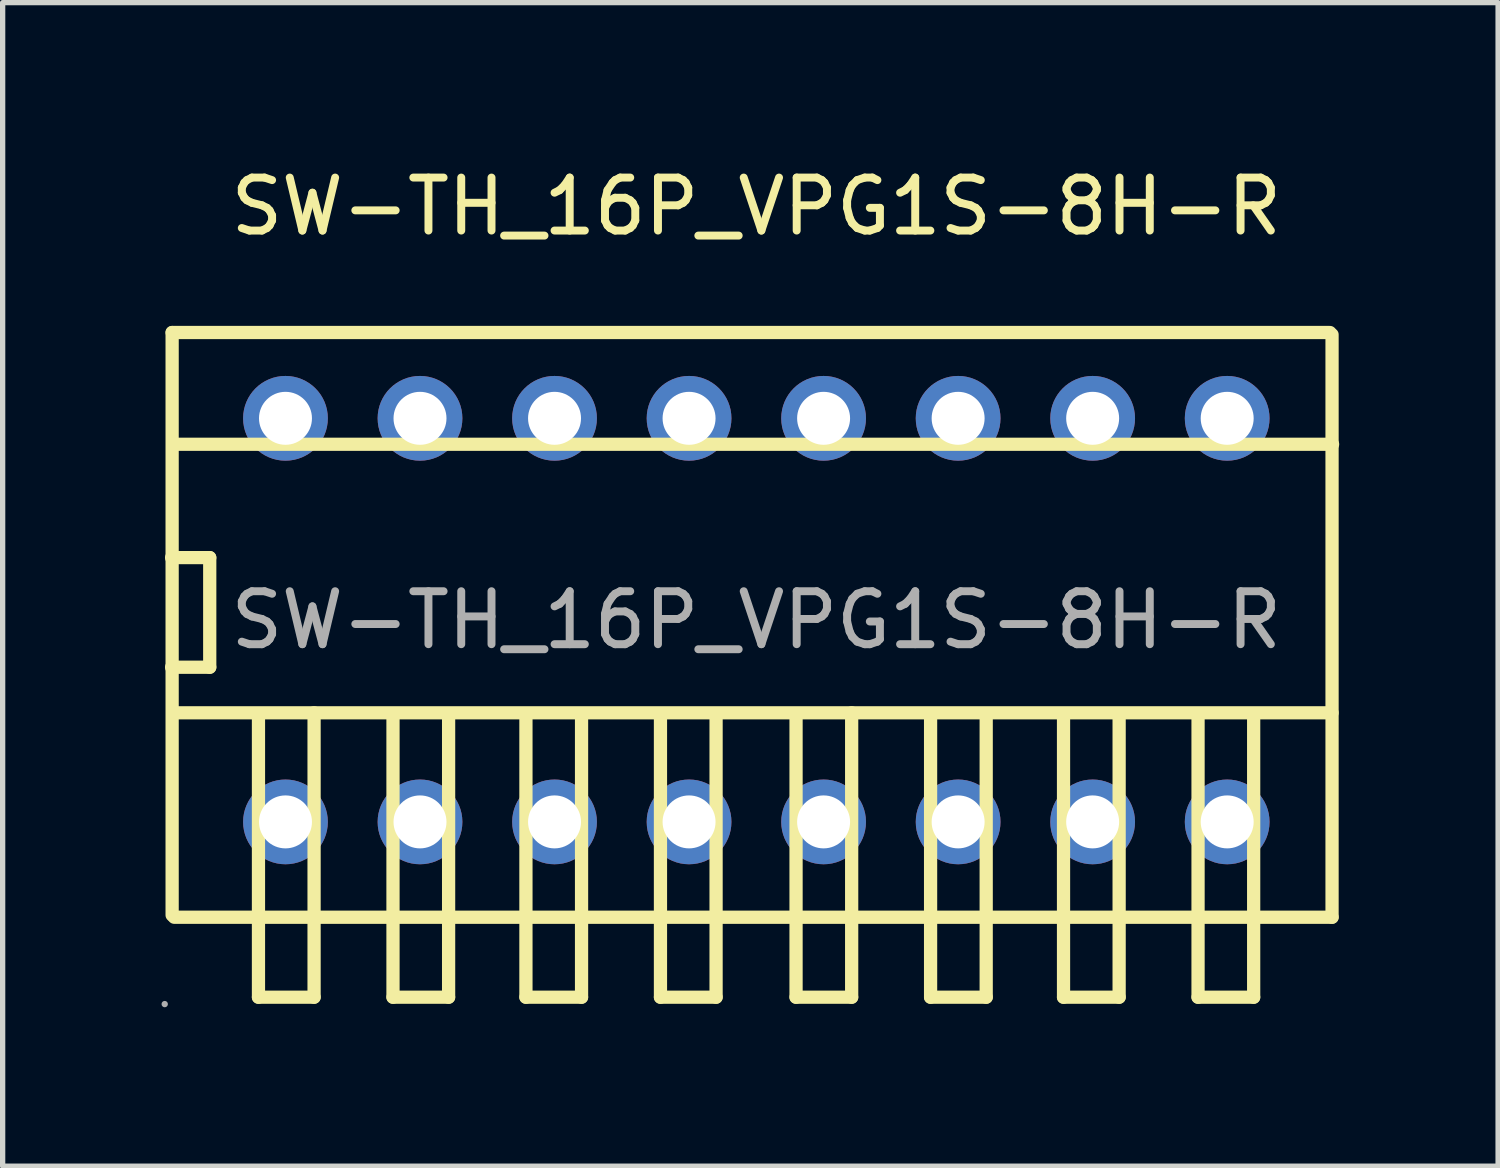
<source format=kicad_pcb>
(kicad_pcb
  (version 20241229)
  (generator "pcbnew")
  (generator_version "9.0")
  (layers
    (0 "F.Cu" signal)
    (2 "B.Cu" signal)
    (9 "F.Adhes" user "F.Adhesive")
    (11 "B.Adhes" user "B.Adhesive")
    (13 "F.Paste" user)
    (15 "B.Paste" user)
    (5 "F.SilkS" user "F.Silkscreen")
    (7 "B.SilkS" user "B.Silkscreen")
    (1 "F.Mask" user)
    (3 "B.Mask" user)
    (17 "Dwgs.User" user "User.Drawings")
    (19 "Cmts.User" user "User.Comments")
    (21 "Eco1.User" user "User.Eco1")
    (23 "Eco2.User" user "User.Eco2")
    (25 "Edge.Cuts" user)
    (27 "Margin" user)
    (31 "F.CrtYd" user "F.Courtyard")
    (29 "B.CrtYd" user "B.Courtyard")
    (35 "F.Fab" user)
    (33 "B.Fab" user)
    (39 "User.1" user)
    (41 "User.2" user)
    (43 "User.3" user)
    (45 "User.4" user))
  (footprint "SW-TH_16P_VPG1S-8H-R"
    (layer "F.Cu")
    (at 11.23 8.658)
    (property "Reference" "SW-TH_16P_VPG1S-8H-R" (at 0 -7.81 0) (layer "F.SilkS") (effects (font (size 1 1) (thickness 0.15))))
    (attr through_hole)
    (fp_line (start -11.04 -1.18) (end -10.32 -1.18) (stroke (width 0.25) (type solid)) (layer "F.SilkS"))
    (fp_line (start -11.03 -5.43) (end -11.03 5.57) (stroke (width 0.25) (type solid)) (layer "F.SilkS"))
    (fp_line (start -11.03 -5.43) (end 10.83 -5.43) (stroke (width 0.25) (type solid)) (layer "F.SilkS"))
    (fp_line (start -10.99 1.75) (end 10.87 1.75) (stroke (width 0.25) (type solid)) (layer "F.SilkS"))
    (fp_line (start -10.98 -3.32) (end 10.88 -3.32) (stroke (width 0.25) (type solid)) (layer "F.SilkS"))
    (fp_line (start -10.32 -1.18) (end -10.32 0.89) (stroke (width 0.25) (type solid)) (layer "F.SilkS"))
    (fp_line (start -10.32 0.89) (end -11.04 0.89) (stroke (width 0.25) (type solid)) (layer "F.SilkS"))
    (fp_line (start -9.4 1.78) (end -9.4 7.12) (stroke (width 0.25) (type solid)) (layer "F.SilkS"))
    (fp_line (start -9.4 7.12) (end -8.35 7.12) (stroke (width 0.25) (type solid)) (layer "F.SilkS"))
    (fp_line (start -8.35 7.12) (end -8.35 1.75) (stroke (width 0.25) (type solid)) (layer "F.SilkS"))
    (fp_line (start -6.86 1.83) (end -6.86 7.12) (stroke (width 0.25) (type solid)) (layer "F.SilkS"))
    (fp_line (start -6.86 7.12) (end -5.81 7.12) (stroke (width 0.25) (type solid)) (layer "F.SilkS"))
    (fp_line (start -5.81 7.12) (end -5.81 1.8) (stroke (width 0.25) (type solid)) (layer "F.SilkS"))
    (fp_line (start -4.35 1.84) (end -4.35 7.12) (stroke (width 0.25) (type solid)) (layer "F.SilkS"))
    (fp_line (start -4.35 7.12) (end -3.3 7.12) (stroke (width 0.25) (type solid)) (layer "F.SilkS"))
    (fp_line (start -3.3 7.12) (end -3.3 1.81) (stroke (width 0.25) (type solid)) (layer "F.SilkS"))
    (fp_line (start -1.81 1.83) (end -1.81 7.12) (stroke (width 0.25) (type solid)) (layer "F.SilkS"))
    (fp_line (start -1.81 7.12) (end -0.76 7.12) (stroke (width 0.25) (type solid)) (layer "F.SilkS"))
    (fp_line (start -0.76 7.12) (end -0.76 1.8) (stroke (width 0.25) (type solid)) (layer "F.SilkS"))
    (fp_line (start 0.75 1.78) (end 0.75 7.12) (stroke (width 0.25) (type solid)) (layer "F.SilkS"))
    (fp_line (start 0.75 7.12) (end 1.8 7.12) (stroke (width 0.25) (type solid)) (layer "F.SilkS"))
    (fp_line (start 1.8 7.12) (end 1.8 1.75) (stroke (width 0.25) (type solid)) (layer "F.SilkS"))
    (fp_line (start 3.29 1.83) (end 3.29 7.12) (stroke (width 0.25) (type solid)) (layer "F.SilkS"))
    (fp_line (start 3.29 7.12) (end 4.34 7.12) (stroke (width 0.25) (type solid)) (layer "F.SilkS"))
    (fp_line (start 4.34 7.12) (end 4.34 1.8) (stroke (width 0.25) (type solid)) (layer "F.SilkS"))
    (fp_line (start 5.8 1.84) (end 5.8 7.12) (stroke (width 0.25) (type solid)) (layer "F.SilkS"))
    (fp_line (start 5.8 7.12) (end 6.85 7.12) (stroke (width 0.25) (type solid)) (layer "F.SilkS"))
    (fp_line (start 6.85 7.12) (end 6.85 1.81) (stroke (width 0.25) (type solid)) (layer "F.SilkS"))
    (fp_line (start 8.34 1.83) (end 8.34 7.12) (stroke (width 0.25) (type solid)) (layer "F.SilkS"))
    (fp_line (start 8.34 7.12) (end 9.39 7.12) (stroke (width 0.25) (type solid)) (layer "F.SilkS"))
    (fp_line (start 9.39 7.12) (end 9.39 1.8) (stroke (width 0.25) (type solid)) (layer "F.SilkS"))
    (fp_line (start 10.87 5.61) (end -10.99 5.61) (stroke (width 0.25) (type solid)) (layer "F.SilkS"))
    (fp_line (start 10.87 5.61) (end 10.87 -5.39) (stroke (width 0.25) (type solid)) (layer "F.SilkS"))
    (fp_circle (center -11.17 7.25) (end -11.14 7.25) (stroke (width 0.06) (type solid)) (fill no) (layer "F.Fab"))
    (fp_circle (center -8.89 -3.81) (end -8.69 -3.81) (stroke (width 0.4) (type solid)) (fill no) (layer "F.Fab"))
    (fp_circle (center -8.89 3.81) (end -8.69 3.81) (stroke (width 0.4) (type solid)) (fill no) (layer "F.Fab"))
    (fp_circle (center -6.35 -3.81) (end -6.15 -3.81) (stroke (width 0.4) (type solid)) (fill no) (layer "F.Fab"))
    (fp_circle (center -6.35 3.81) (end -6.15 3.81) (stroke (width 0.4) (type solid)) (fill no) (layer "F.Fab"))
    (fp_circle (center -3.81 -3.81) (end -3.61 -3.81) (stroke (width 0.4) (type solid)) (fill no) (layer "F.Fab"))
    (fp_circle (center -3.81 3.81) (end -3.61 3.81) (stroke (width 0.4) (type solid)) (fill no) (layer "F.Fab"))
    (fp_circle (center -1.27 -3.81) (end -1.07 -3.81) (stroke (width 0.4) (type solid)) (fill no) (layer "F.Fab"))
    (fp_circle (center -1.27 3.81) (end -1.07 3.81) (stroke (width 0.4) (type solid)) (fill no) (layer "F.Fab"))
    (fp_circle (center 1.27 -3.81) (end 1.47 -3.81) (stroke (width 0.4) (type solid)) (fill no) (layer "F.Fab"))
    (fp_circle (center 1.27 3.81) (end 1.47 3.81) (stroke (width 0.4) (type solid)) (fill no) (layer "F.Fab"))
    (fp_circle (center 3.81 -3.81) (end 4.01 -3.81) (stroke (width 0.4) (type solid)) (fill no) (layer "F.Fab"))
    (fp_circle (center 3.81 3.81) (end 4.01 3.81) (stroke (width 0.4) (type solid)) (fill no) (layer "F.Fab"))
    (fp_circle (center 6.35 -3.81) (end 6.55 -3.81) (stroke (width 0.4) (type solid)) (fill no) (layer "F.Fab"))
    (fp_circle (center 6.35 3.81) (end 6.55 3.81) (stroke (width 0.4) (type solid)) (fill no) (layer "F.Fab"))
    (fp_circle (center 8.89 -3.81) (end 9.09 -3.81) (stroke (width 0.4) (type solid)) (fill no) (layer "F.Fab"))
    (fp_circle (center 8.89 3.81) (end 9.09 3.81) (stroke (width 0.4) (type solid)) (fill no) (layer "F.Fab"))
    (fp_text user "${REFERENCE}" (at 0 0 0) (layer "F.Fab") (effects (font (size 1 1) (thickness 0.15))))
    (pad "1" thru_hole circle (at -8.89 3.81) (size 1.6 1.6) (drill 1) (layers "*.Cu" "*.Paste" "*.Mask"))
    (pad "2" thru_hole circle (at -6.35 3.81) (size 1.6 1.6) (drill 1) (layers "*.Cu" "*.Paste" "*.Mask"))
    (pad "3" thru_hole circle (at -3.81 3.81) (size 1.6 1.6) (drill 1) (layers "*.Cu" "*.Paste" "*.Mask"))
    (pad "4" thru_hole circle (at -1.27 3.81) (size 1.6 1.6) (drill 1) (layers "*.Cu" "*.Paste" "*.Mask"))
    (pad "5" thru_hole circle (at 1.27 3.81) (size 1.6 1.6) (drill 1) (layers "*.Cu" "*.Paste" "*.Mask"))
    (pad "6" thru_hole circle (at 3.81 3.81) (size 1.6 1.6) (drill 1) (layers "*.Cu" "*.Paste" "*.Mask"))
    (pad "7" thru_hole circle (at 6.35 3.81) (size 1.6 1.6) (drill 1) (layers "*.Cu" "*.Paste" "*.Mask"))
    (pad "8" thru_hole circle (at 8.89 3.81) (size 1.6 1.6) (drill 1) (layers "*.Cu" "*.Paste" "*.Mask"))
    (pad "9" thru_hole circle (at 8.89 -3.81) (size 1.6 1.6) (drill 1) (layers "*.Cu" "*.Paste" "*.Mask"))
    (pad "10" thru_hole circle (at 6.35 -3.81) (size 1.6 1.6) (drill 1) (layers "*.Cu" "*.Paste" "*.Mask"))
    (pad "11" thru_hole circle (at 3.81 -3.81) (size 1.6 1.6) (drill 1) (layers "*.Cu" "*.Paste" "*.Mask"))
    (pad "12" thru_hole circle (at 1.27 -3.81) (size 1.6 1.6) (drill 1) (layers "*.Cu" "*.Paste" "*.Mask"))
    (pad "13" thru_hole circle (at -1.27 -3.81) (size 1.6 1.6) (drill 1) (layers "*.Cu" "*.Paste" "*.Mask"))
    (pad "14" thru_hole circle (at -3.81 -3.81) (size 1.6 1.6) (drill 1) (layers "*.Cu" "*.Paste" "*.Mask"))
    (pad "15" thru_hole circle (at -6.35 -3.81) (size 1.6 1.6) (drill 1) (layers "*.Cu" "*.Paste" "*.Mask"))
    (pad "16" thru_hole circle (at -8.89 -3.81) (size 1.6 1.6) (drill 1) (layers "*.Cu" "*.Paste" "*.Mask")))
  (gr_rect
    (start -3 -3)
    (end 25.235 18.968)
    (stroke (width 0.1) (type default))
    (fill no)
    (layer "Edge.Cuts")))
</source>
